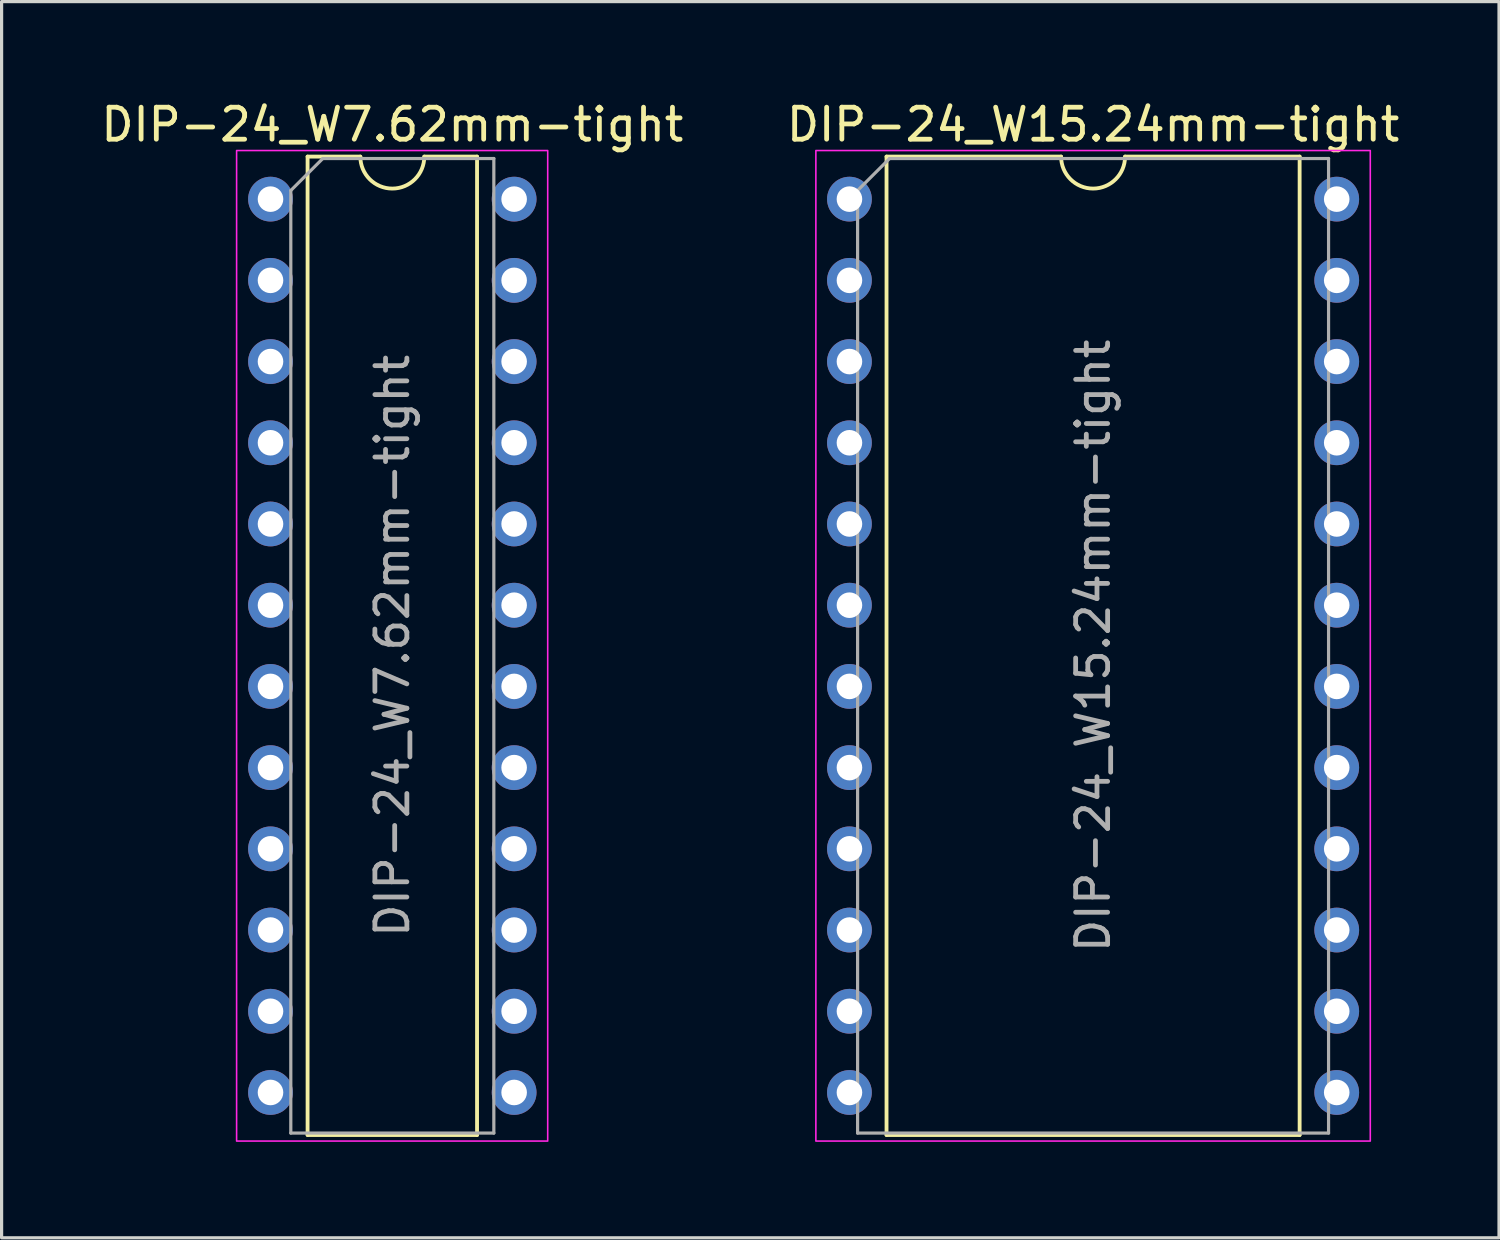
<source format=kicad_pcb>
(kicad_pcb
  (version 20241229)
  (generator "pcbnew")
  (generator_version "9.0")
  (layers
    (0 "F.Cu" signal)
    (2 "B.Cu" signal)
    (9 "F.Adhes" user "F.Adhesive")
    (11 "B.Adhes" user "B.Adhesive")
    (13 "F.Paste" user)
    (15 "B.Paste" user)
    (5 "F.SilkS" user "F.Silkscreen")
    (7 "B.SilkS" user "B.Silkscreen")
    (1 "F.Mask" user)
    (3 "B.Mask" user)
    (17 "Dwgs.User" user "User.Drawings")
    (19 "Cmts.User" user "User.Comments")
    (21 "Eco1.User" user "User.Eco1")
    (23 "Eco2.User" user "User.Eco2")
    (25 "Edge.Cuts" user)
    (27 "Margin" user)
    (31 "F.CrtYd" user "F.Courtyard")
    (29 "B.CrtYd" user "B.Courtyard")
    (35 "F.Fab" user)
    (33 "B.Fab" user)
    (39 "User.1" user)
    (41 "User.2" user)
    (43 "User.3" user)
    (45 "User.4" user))
  (footprint "DIP-24_W7.62mm-tight"
    (layer "F.Cu")
    (at 5.41 3.178)
    (property "Reference" "DIP-24_W7.62mm-tight" (at 3.81 -2.33 0) (layer "F.SilkS") (effects (font (size 1 1) (thickness 0.15))))
    (attr through_hole)
    (fp_line (start 1.16 -1.33) (end 1.16 29.27) (stroke (width 0.12) (type solid)) (layer "F.SilkS"))
    (fp_line (start 1.16 29.27) (end 6.46 29.27) (stroke (width 0.12) (type solid)) (layer "F.SilkS"))
    (fp_line (start 2.81 -1.33) (end 1.16 -1.33) (stroke (width 0.12) (type solid)) (layer "F.SilkS"))
    (fp_line (start 6.46 -1.33) (end 4.81 -1.33) (stroke (width 0.12) (type solid)) (layer "F.SilkS"))
    (fp_line (start 6.46 29.27) (end 6.46 -1.33) (stroke (width 0.12) (type solid)) (layer "F.SilkS"))
    (fp_arc (start 4.81 -1.33) (mid 3.81 -0.33) (end 2.81 -1.33) (stroke (width 0.12) (type solid)) (layer "F.SilkS"))
    (fp_rect (start -1.06 -1.52) (end 8.67 29.46) (stroke (width 0.05) (type solid)) (fill no) (layer "F.CrtYd"))
    (fp_line (start 0.635 -0.27) (end 1.635 -1.27) (stroke (width 0.1) (type solid)) (layer "F.Fab"))
    (fp_line (start 0.635 29.21) (end 0.635 -0.27) (stroke (width 0.1) (type solid)) (layer "F.Fab"))
    (fp_line (start 1.635 -1.27) (end 6.985 -1.27) (stroke (width 0.1) (type solid)) (layer "F.Fab"))
    (fp_line (start 6.985 -1.27) (end 6.985 29.21) (stroke (width 0.1) (type solid)) (layer "F.Fab"))
    (fp_line (start 6.985 29.21) (end 0.635 29.21) (stroke (width 0.1) (type solid)) (layer "F.Fab"))
    (fp_text user "${REFERENCE}" (at 3.81 13.97 90) (layer "F.Fab") (effects (font (size 1 1) (thickness 0.15))))
    (pad "1" thru_hole circle (at 0 0) (size 1.4 1.4) (drill 0.8) (layers "*.Cu" "*.Mask"))
    (pad "2" thru_hole circle (at 0 2.54) (size 1.4 1.4) (drill 0.8) (layers "*.Cu" "*.Mask"))
    (pad "3" thru_hole circle (at 0 5.08) (size 1.4 1.4) (drill 0.8) (layers "*.Cu" "*.Mask"))
    (pad "4" thru_hole circle (at 0 7.62) (size 1.4 1.4) (drill 0.8) (layers "*.Cu" "*.Mask"))
    (pad "5" thru_hole circle (at 0 10.16) (size 1.4 1.4) (drill 0.8) (layers "*.Cu" "*.Mask"))
    (pad "6" thru_hole circle (at 0 12.7) (size 1.4 1.4) (drill 0.8) (layers "*.Cu" "*.Mask"))
    (pad "7" thru_hole circle (at 0 15.24) (size 1.4 1.4) (drill 0.8) (layers "*.Cu" "*.Mask"))
    (pad "8" thru_hole circle (at 0 17.78) (size 1.4 1.4) (drill 0.8) (layers "*.Cu" "*.Mask"))
    (pad "9" thru_hole circle (at 0 20.32) (size 1.4 1.4) (drill 0.8) (layers "*.Cu" "*.Mask"))
    (pad "10" thru_hole circle (at 0 22.86) (size 1.4 1.4) (drill 0.8) (layers "*.Cu" "*.Mask"))
    (pad "11" thru_hole circle (at 0 25.4) (size 1.4 1.4) (drill 0.8) (layers "*.Cu" "*.Mask"))
    (pad "12" thru_hole circle (at 0 27.94) (size 1.4 1.4) (drill 0.8) (layers "*.Cu" "*.Mask"))
    (pad "13" thru_hole circle (at 7.62 27.94) (size 1.4 1.4) (drill 0.8) (layers "*.Cu" "*.Mask"))
    (pad "14" thru_hole circle (at 7.62 25.4) (size 1.4 1.4) (drill 0.8) (layers "*.Cu" "*.Mask"))
    (pad "15" thru_hole circle (at 7.62 22.86) (size 1.4 1.4) (drill 0.8) (layers "*.Cu" "*.Mask"))
    (pad "16" thru_hole circle (at 7.62 20.32) (size 1.4 1.4) (drill 0.8) (layers "*.Cu" "*.Mask"))
    (pad "17" thru_hole circle (at 7.62 17.78) (size 1.4 1.4) (drill 0.8) (layers "*.Cu" "*.Mask"))
    (pad "18" thru_hole circle (at 7.62 15.24) (size 1.4 1.4) (drill 0.8) (layers "*.Cu" "*.Mask"))
    (pad "19" thru_hole circle (at 7.62 12.7) (size 1.4 1.4) (drill 0.8) (layers "*.Cu" "*.Mask"))
    (pad "20" thru_hole circle (at 7.62 10.16) (size 1.4 1.4) (drill 0.8) (layers "*.Cu" "*.Mask"))
    (pad "21" thru_hole circle (at 7.62 7.62) (size 1.4 1.4) (drill 0.8) (layers "*.Cu" "*.Mask"))
    (pad "22" thru_hole circle (at 7.62 5.08) (size 1.4 1.4) (drill 0.8) (layers "*.Cu" "*.Mask"))
    (pad "23" thru_hole circle (at 7.62 2.54) (size 1.4 1.4) (drill 0.8) (layers "*.Cu" "*.Mask"))
    (pad "24" thru_hole circle (at 7.62 0) (size 1.4 1.4) (drill 0.8) (layers "*.Cu" "*.Mask")))
  (footprint "DIP-24_W15.24mm-tight"
    (layer "F.Cu")
    (at 23.517 3.178)
    (property "Reference" "DIP-24_W15.24mm-tight" (at 7.62 -2.33 0) (layer "F.SilkS") (effects (font (size 1 1) (thickness 0.15))))
    (attr through_hole)
    (fp_line (start 1.16 -1.33) (end 1.16 29.27) (stroke (width 0.12) (type solid)) (layer "F.SilkS"))
    (fp_line (start 1.16 29.27) (end 14.08 29.27) (stroke (width 0.12) (type solid)) (layer "F.SilkS"))
    (fp_line (start 6.62 -1.33) (end 1.16 -1.33) (stroke (width 0.12) (type solid)) (layer "F.SilkS"))
    (fp_line (start 14.08 -1.33) (end 8.62 -1.33) (stroke (width 0.12) (type solid)) (layer "F.SilkS"))
    (fp_line (start 14.08 29.27) (end 14.08 -1.33) (stroke (width 0.12) (type solid)) (layer "F.SilkS"))
    (fp_arc (start 8.62 -1.33) (mid 7.62 -0.33) (end 6.62 -1.33) (stroke (width 0.12) (type solid)) (layer "F.SilkS"))
    (fp_rect (start -1.05 -1.52) (end 16.29 29.46) (stroke (width 0.05) (type solid)) (fill no) (layer "F.CrtYd"))
    (fp_line (start 0.255 -0.27) (end 1.255 -1.27) (stroke (width 0.1) (type solid)) (layer "F.Fab"))
    (fp_line (start 0.255 29.21) (end 0.255 -0.27) (stroke (width 0.1) (type solid)) (layer "F.Fab"))
    (fp_line (start 1.255 -1.27) (end 14.985 -1.27) (stroke (width 0.1) (type solid)) (layer "F.Fab"))
    (fp_line (start 14.985 -1.27) (end 14.985 29.21) (stroke (width 0.1) (type solid)) (layer "F.Fab"))
    (fp_line (start 14.985 29.21) (end 0.255 29.21) (stroke (width 0.1) (type solid)) (layer "F.Fab"))
    (fp_text user "${REFERENCE}" (at 7.62 13.97 90) (layer "F.Fab") (effects (font (size 1 1) (thickness 0.15))))
    (pad "1" thru_hole circle (at 0 0) (size 1.4 1.4) (drill 0.8) (layers "*.Cu" "*.Mask"))
    (pad "2" thru_hole circle (at 0 2.54) (size 1.4 1.4) (drill 0.8) (layers "*.Cu" "*.Mask"))
    (pad "3" thru_hole circle (at 0 5.08) (size 1.4 1.4) (drill 0.8) (layers "*.Cu" "*.Mask"))
    (pad "4" thru_hole circle (at 0 7.62) (size 1.4 1.4) (drill 0.8) (layers "*.Cu" "*.Mask"))
    (pad "5" thru_hole circle (at 0 10.16) (size 1.4 1.4) (drill 0.8) (layers "*.Cu" "*.Mask"))
    (pad "6" thru_hole circle (at 0 12.7) (size 1.4 1.4) (drill 0.8) (layers "*.Cu" "*.Mask"))
    (pad "7" thru_hole circle (at 0 15.24) (size 1.4 1.4) (drill 0.8) (layers "*.Cu" "*.Mask"))
    (pad "8" thru_hole circle (at 0 17.78) (size 1.4 1.4) (drill 0.8) (layers "*.Cu" "*.Mask"))
    (pad "9" thru_hole circle (at 0 20.32) (size 1.4 1.4) (drill 0.8) (layers "*.Cu" "*.Mask"))
    (pad "10" thru_hole circle (at 0 22.86) (size 1.4 1.4) (drill 0.8) (layers "*.Cu" "*.Mask"))
    (pad "11" thru_hole circle (at 0 25.4) (size 1.4 1.4) (drill 0.8) (layers "*.Cu" "*.Mask"))
    (pad "12" thru_hole circle (at 0 27.94) (size 1.4 1.4) (drill 0.8) (layers "*.Cu" "*.Mask"))
    (pad "13" thru_hole circle (at 15.24 27.94) (size 1.4 1.4) (drill 0.8) (layers "*.Cu" "*.Mask"))
    (pad "14" thru_hole circle (at 15.24 25.4) (size 1.4 1.4) (drill 0.8) (layers "*.Cu" "*.Mask"))
    (pad "15" thru_hole circle (at 15.24 22.86) (size 1.4 1.4) (drill 0.8) (layers "*.Cu" "*.Mask"))
    (pad "16" thru_hole circle (at 15.24 20.32) (size 1.4 1.4) (drill 0.8) (layers "*.Cu" "*.Mask"))
    (pad "17" thru_hole circle (at 15.24 17.78) (size 1.4 1.4) (drill 0.8) (layers "*.Cu" "*.Mask"))
    (pad "18" thru_hole circle (at 15.24 15.24) (size 1.4 1.4) (drill 0.8) (layers "*.Cu" "*.Mask"))
    (pad "19" thru_hole circle (at 15.24 12.7) (size 1.4 1.4) (drill 0.8) (layers "*.Cu" "*.Mask"))
    (pad "20" thru_hole circle (at 15.24 10.16) (size 1.4 1.4) (drill 0.8) (layers "*.Cu" "*.Mask"))
    (pad "21" thru_hole circle (at 15.24 7.62) (size 1.4 1.4) (drill 0.8) (layers "*.Cu" "*.Mask"))
    (pad "22" thru_hole circle (at 15.24 5.08) (size 1.4 1.4) (drill 0.8) (layers "*.Cu" "*.Mask"))
    (pad "23" thru_hole circle (at 15.24 2.54) (size 1.4 1.4) (drill 0.8) (layers "*.Cu" "*.Mask"))
    (pad "24" thru_hole circle (at 15.24 0) (size 1.4 1.4) (drill 0.8) (layers "*.Cu" "*.Mask")))
  (gr_rect
    (start -3 -3)
    (end 43.833 35.663)
    (stroke (width 0.1) (type default))
    (fill no)
    (layer "Edge.Cuts")))
</source>
